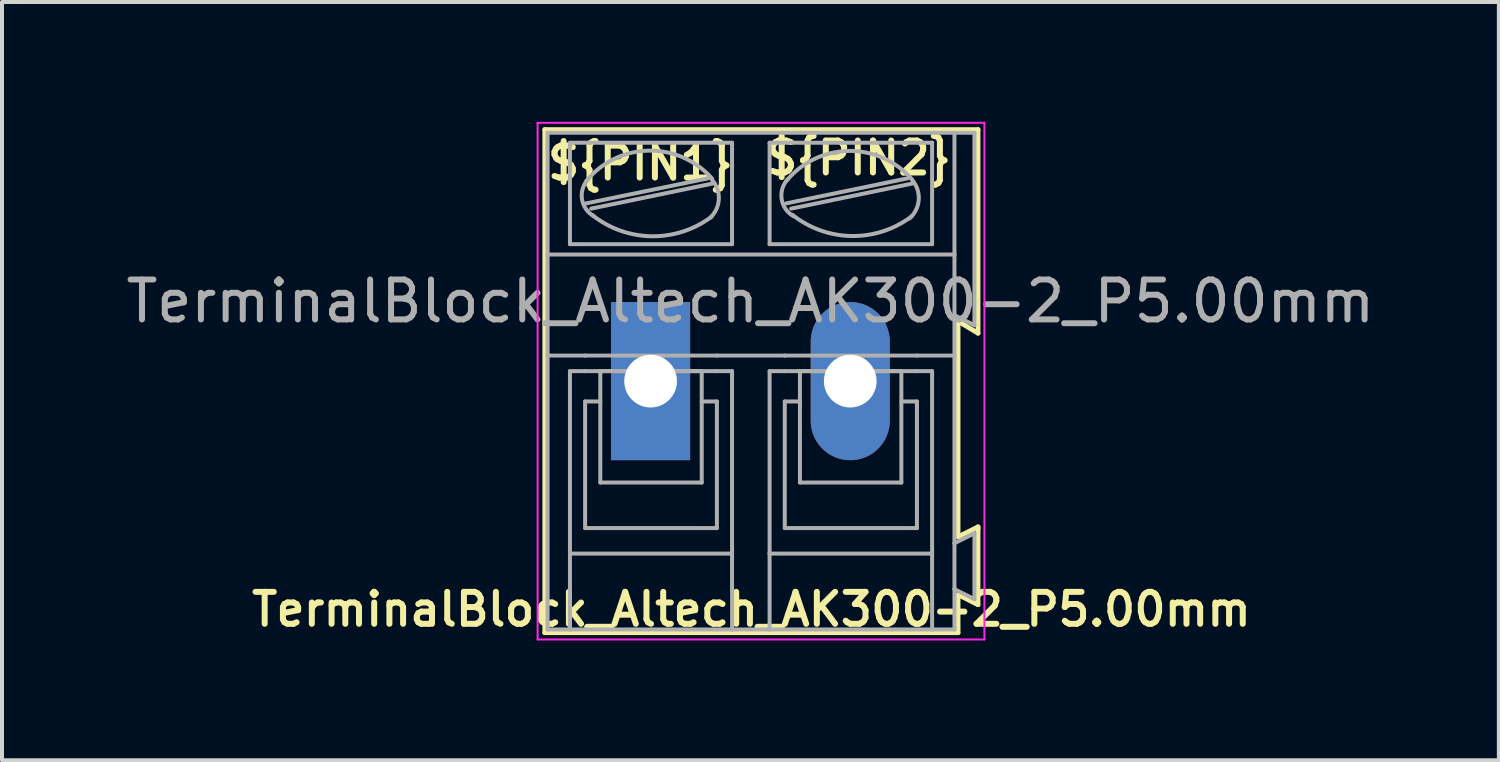
<source format=kicad_pcb>
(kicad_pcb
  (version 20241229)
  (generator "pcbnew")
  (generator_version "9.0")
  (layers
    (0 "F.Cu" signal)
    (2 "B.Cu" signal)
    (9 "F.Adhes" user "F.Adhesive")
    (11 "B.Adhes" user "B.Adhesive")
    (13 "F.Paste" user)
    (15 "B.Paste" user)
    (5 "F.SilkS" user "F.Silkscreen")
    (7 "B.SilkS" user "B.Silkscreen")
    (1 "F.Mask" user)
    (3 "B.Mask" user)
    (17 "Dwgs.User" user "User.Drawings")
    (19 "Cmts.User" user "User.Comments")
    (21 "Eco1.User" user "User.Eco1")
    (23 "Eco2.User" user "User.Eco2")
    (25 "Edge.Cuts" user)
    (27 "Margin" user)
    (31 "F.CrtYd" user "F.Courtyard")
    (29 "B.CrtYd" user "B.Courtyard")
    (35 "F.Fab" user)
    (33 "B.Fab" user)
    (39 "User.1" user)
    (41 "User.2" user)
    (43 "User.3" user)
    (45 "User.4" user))
  (footprint "TerminalBlock_Altech_AK300-2_P5.00mm"
    (layer "F.Cu")
    (at 13.244 6.495)
    (property "Reference" "TerminalBlock_Altech_AK300-2_P5.00mm" (at 2.525 5.715 0) (layer "F.SilkS") (effects (font (size 0.8 0.8) (thickness 0.15))))
    (attr through_hole)
    (fp_line (start -2.65 -6.3) (end -2.65 6.3) (stroke (width 0.12) (type solid)) (layer "F.SilkS"))
    (fp_line (start -2.65 6.3) (end 7.7 6.3) (stroke (width 0.12) (type solid)) (layer "F.SilkS"))
    (fp_line (start 7.7 -1.5) (end 8.2 -1.2) (stroke (width 0.12) (type solid)) (layer "F.SilkS"))
    (fp_line (start 7.7 3.9) (end 7.7 -1.5) (stroke (width 0.12) (type solid)) (layer "F.SilkS"))
    (fp_line (start 7.7 5.35) (end 8.2 5.6) (stroke (width 0.12) (type solid)) (layer "F.SilkS"))
    (fp_line (start 7.7 6.3) (end 7.7 5.35) (stroke (width 0.12) (type solid)) (layer "F.SilkS"))
    (fp_line (start 8.2 -6.3) (end -2.65 -6.3) (stroke (width 0.12) (type solid)) (layer "F.SilkS"))
    (fp_line (start 8.2 -1.2) (end 8.2 -6.3) (stroke (width 0.12) (type solid)) (layer "F.SilkS"))
    (fp_line (start 8.2 3.65) (end 7.7 3.9) (stroke (width 0.12) (type solid)) (layer "F.SilkS"))
    (fp_line (start 8.2 3.7) (end 8.2 3.65) (stroke (width 0.12) (type solid)) (layer "F.SilkS"))
    (fp_line (start 8.2 5.6) (end 8.2 3.7) (stroke (width 0.12) (type solid)) (layer "F.SilkS"))
    (fp_line (start -2.83 -6.47) (end -2.83 6.47) (stroke (width 0.05) (type solid)) (layer "F.CrtYd"))
    (fp_line (start -2.83 -6.47) (end 8.36 -6.47) (stroke (width 0.05) (type solid)) (layer "F.CrtYd"))
    (fp_line (start 8.36 6.47) (end -2.83 6.47) (stroke (width 0.05) (type solid)) (layer "F.CrtYd"))
    (fp_line (start 8.36 6.47) (end 8.36 -6.47) (stroke (width 0.05) (type solid)) (layer "F.CrtYd"))
    (fp_line (start -2.58 -3.17) (end -2.58 -6.22) (stroke (width 0.1) (type solid)) (layer "F.Fab"))
    (fp_line (start -2.58 -3.17) (end 7.61 -3.17) (stroke (width 0.1) (type solid)) (layer "F.Fab"))
    (fp_line (start -2.58 -0.64) (end -2.58 -3.17) (stroke (width 0.1) (type solid)) (layer "F.Fab"))
    (fp_line (start -2.58 -0.64) (end -1.64 -0.64) (stroke (width 0.1) (type solid)) (layer "F.Fab"))
    (fp_line (start -2.58 6.22) (end -2.58 -0.64) (stroke (width 0.1) (type solid)) (layer "F.Fab"))
    (fp_line (start -2.58 6.22) (end -2.02 6.22) (stroke (width 0.1) (type solid)) (layer "F.Fab"))
    (fp_line (start -2.02 -3.43) (end -2.02 -5.97) (stroke (width 0.1) (type solid)) (layer "F.Fab"))
    (fp_line (start -2.02 -0.25) (end -2.02 4.32) (stroke (width 0.1) (type solid)) (layer "F.Fab"))
    (fp_line (start -2.02 -0.25) (end -1.64 -0.25) (stroke (width 0.1) (type solid)) (layer "F.Fab"))
    (fp_line (start -2.02 4.32) (end -2.02 6.22) (stroke (width 0.1) (type solid)) (layer "F.Fab"))
    (fp_line (start -2.02 6.22) (end 2.04 6.22) (stroke (width 0.1) (type solid)) (layer "F.Fab"))
    (fp_line (start -1.64 -0.64) (end 1.66 -0.64) (stroke (width 0.1) (type solid)) (layer "F.Fab"))
    (fp_line (start -1.64 0.51) (end -1.26 0.51) (stroke (width 0.1) (type solid)) (layer "F.Fab"))
    (fp_line (start -1.64 3.68) (end -1.64 0.51) (stroke (width 0.1) (type solid)) (layer "F.Fab"))
    (fp_line (start -1.62 -4.45) (end 1.44 -5.08) (stroke (width 0.1) (type solid)) (layer "F.Fab"))
    (fp_line (start -1.49 -4.32) (end 1.56 -4.95) (stroke (width 0.1) (type solid)) (layer "F.Fab"))
    (fp_line (start -1.26 -0.25) (end 1.28 -0.25) (stroke (width 0.1) (type solid)) (layer "F.Fab"))
    (fp_line (start -1.26 2.54) (end -1.26 -0.25) (stroke (width 0.1) (type solid)) (layer "F.Fab"))
    (fp_line (start -1.26 2.54) (end 1.28 2.54) (stroke (width 0.1) (type solid)) (layer "F.Fab"))
    (fp_line (start 1.28 2.54) (end 1.28 -0.25) (stroke (width 0.1) (type solid)) (layer "F.Fab"))
    (fp_line (start 1.66 -0.64) (end 3.36 -0.64) (stroke (width 0.1) (type solid)) (layer "F.Fab"))
    (fp_line (start 1.66 -0.25) (end -1.64 -0.25) (stroke (width 0.1) (type solid)) (layer "F.Fab"))
    (fp_line (start 1.66 0.51) (end 1.28 0.51) (stroke (width 0.1) (type solid)) (layer "F.Fab"))
    (fp_line (start 1.66 3.68) (end -1.64 3.68) (stroke (width 0.1) (type solid)) (layer "F.Fab"))
    (fp_line (start 1.66 3.68) (end 1.66 0.51) (stroke (width 0.1) (type solid)) (layer "F.Fab"))
    (fp_line (start 2.04 -5.97) (end -2.02 -5.97) (stroke (width 0.1) (type solid)) (layer "F.Fab"))
    (fp_line (start 2.04 -3.43) (end -2.02 -3.43) (stroke (width 0.1) (type solid)) (layer "F.Fab"))
    (fp_line (start 2.04 -3.43) (end 2.04 -5.97) (stroke (width 0.1) (type solid)) (layer "F.Fab"))
    (fp_line (start 2.04 -0.25) (end 1.66 -0.25) (stroke (width 0.1) (type solid)) (layer "F.Fab"))
    (fp_line (start 2.04 4.32) (end -2.02 4.32) (stroke (width 0.1) (type solid)) (layer "F.Fab"))
    (fp_line (start 2.04 4.32) (end 2.04 -0.25) (stroke (width 0.1) (type solid)) (layer "F.Fab"))
    (fp_line (start 2.04 6.22) (end 2.04 4.32) (stroke (width 0.1) (type solid)) (layer "F.Fab"))
    (fp_line (start 2.04 6.22) (end 2.98 6.22) (stroke (width 0.1) (type solid)) (layer "F.Fab"))
    (fp_line (start 2.98 -5.97) (end 7.05 -5.97) (stroke (width 0.1) (type solid)) (layer "F.Fab"))
    (fp_line (start 2.98 -3.43) (end 2.98 -5.97) (stroke (width 0.1) (type solid)) (layer "F.Fab"))
    (fp_line (start 2.98 -0.25) (end 3.36 -0.25) (stroke (width 0.1) (type solid)) (layer "F.Fab"))
    (fp_line (start 2.98 4.32) (end 2.98 -0.25) (stroke (width 0.1) (type solid)) (layer "F.Fab"))
    (fp_line (start 2.98 4.32) (end 7.05 4.32) (stroke (width 0.1) (type solid)) (layer "F.Fab"))
    (fp_line (start 2.98 6.22) (end 2.98 4.32) (stroke (width 0.1) (type solid)) (layer "F.Fab"))
    (fp_line (start 2.98 6.22) (end 7.05 6.22) (stroke (width 0.1) (type solid)) (layer "F.Fab"))
    (fp_line (start 3.36 -0.25) (end 6.67 -0.25) (stroke (width 0.1) (type solid)) (layer "F.Fab"))
    (fp_line (start 3.36 0.51) (end 3.74 0.51) (stroke (width 0.1) (type solid)) (layer "F.Fab"))
    (fp_line (start 3.36 3.68) (end 3.36 0.51) (stroke (width 0.1) (type solid)) (layer "F.Fab"))
    (fp_line (start 3.39 -4.45) (end 6.44 -5.08) (stroke (width 0.1) (type solid)) (layer "F.Fab"))
    (fp_line (start 3.52 -4.32) (end 6.56 -4.95) (stroke (width 0.1) (type solid)) (layer "F.Fab"))
    (fp_line (start 3.74 -0.25) (end 6.28 -0.25) (stroke (width 0.1) (type solid)) (layer "F.Fab"))
    (fp_line (start 3.74 2.54) (end 3.74 -0.25) (stroke (width 0.1) (type solid)) (layer "F.Fab"))
    (fp_line (start 3.74 2.54) (end 6.28 2.54) (stroke (width 0.1) (type solid)) (layer "F.Fab"))
    (fp_line (start 6.28 2.54) (end 6.28 -0.25) (stroke (width 0.1) (type solid)) (layer "F.Fab"))
    (fp_line (start 6.67 -0.64) (end 3.36 -0.64) (stroke (width 0.1) (type solid)) (layer "F.Fab"))
    (fp_line (start 6.67 0.51) (end 6.28 0.51) (stroke (width 0.1) (type solid)) (layer "F.Fab"))
    (fp_line (start 6.67 3.68) (end 3.36 3.68) (stroke (width 0.1) (type solid)) (layer "F.Fab"))
    (fp_line (start 6.67 3.68) (end 6.67 0.51) (stroke (width 0.1) (type solid)) (layer "F.Fab"))
    (fp_line (start 7.05 -5.97) (end 7.05 -3.43) (stroke (width 0.1) (type solid)) (layer "F.Fab"))
    (fp_line (start 7.05 -3.43) (end 2.98 -3.43) (stroke (width 0.1) (type solid)) (layer "F.Fab"))
    (fp_line (start 7.05 -0.25) (end 6.67 -0.25) (stroke (width 0.1) (type solid)) (layer "F.Fab"))
    (fp_line (start 7.05 -0.25) (end 7.05 4.32) (stroke (width 0.1) (type solid)) (layer "F.Fab"))
    (fp_line (start 7.05 4.32) (end 7.05 6.22) (stroke (width 0.1) (type solid)) (layer "F.Fab"))
    (fp_line (start 7.05 6.22) (end 7.61 6.22) (stroke (width 0.1) (type solid)) (layer "F.Fab"))
    (fp_line (start 7.61 -6.22) (end -2.58 -6.22) (stroke (width 0.1) (type solid)) (layer "F.Fab"))
    (fp_line (start 7.61 -6.22) (end 7.61 -3.17) (stroke (width 0.1) (type solid)) (layer "F.Fab"))
    (fp_line (start 7.61 -6.22) (end 8.11 -6.22) (stroke (width 0.1) (type solid)) (layer "F.Fab"))
    (fp_line (start 7.61 -3.17) (end 7.61 -1.65) (stroke (width 0.1) (type solid)) (layer "F.Fab"))
    (fp_line (start 7.61 -1.65) (end 7.61 -0.64) (stroke (width 0.1) (type solid)) (layer "F.Fab"))
    (fp_line (start 7.61 -0.64) (end 6.67 -0.64) (stroke (width 0.1) (type solid)) (layer "F.Fab"))
    (fp_line (start 7.61 -0.64) (end 7.61 4.06) (stroke (width 0.1) (type solid)) (layer "F.Fab"))
    (fp_line (start 7.61 4.06) (end 7.61 5.21) (stroke (width 0.1) (type solid)) (layer "F.Fab"))
    (fp_line (start 7.61 5.21) (end 7.61 6.22) (stroke (width 0.1) (type solid)) (layer "F.Fab"))
    (fp_line (start 8.11 -6.22) (end 8.11 -1.4) (stroke (width 0.1) (type solid)) (layer "F.Fab"))
    (fp_line (start 8.11 -1.4) (end 7.61 -1.65) (stroke (width 0.1) (type solid)) (layer "F.Fab"))
    (fp_line (start 8.11 3.81) (end 7.61 4.06) (stroke (width 0.1) (type solid)) (layer "F.Fab"))
    (fp_line (start 8.11 3.81) (end 8.11 5.46) (stroke (width 0.1) (type solid)) (layer "F.Fab"))
    (fp_line (start 8.11 5.46) (end 7.61 5.21) (stroke (width 0.1) (type solid)) (layer "F.Fab"))
    (fp_arc (start -1.62 -5) (mid -0.05669 -5.772528) (end 1.539976 -5.071534) (stroke (width 0.1) (type solid)) (layer "F.Fab"))
    (fp_arc (start -1.42 -4.13) (mid -1.718466 -4.559406) (end -1.562972 -5.058699) (stroke (width 0.1) (type solid)) (layer "F.Fab"))
    (fp_arc (start 1.53 -5.05) (mid 1.708693 -4.558754) (end 1.485619 -4.086005) (stroke (width 0.1) (type solid)) (layer "F.Fab"))
    (fp_arc (start 1.53 -4.12) (mid 0.02849 -3.628196) (end -1.459829 -4.158582) (stroke (width 0.1) (type solid)) (layer "F.Fab"))
    (fp_arc (start 3.39 -5) (mid 4.949737 -5.764867) (end 6.538239 -5.061686) (stroke (width 0.1) (type solid)) (layer "F.Fab"))
    (fp_arc (start 3.58 -4.13) (mid 3.281534 -4.559406) (end 3.437028 -5.058699) (stroke (width 0.1) (type solid)) (layer "F.Fab"))
    (fp_arc (start 6.53 -4.12) (mid 5.030583 -3.634318) (end 3.547667 -4.168263) (stroke (width 0.1) (type solid)) (layer "F.Fab"))
    (fp_arc (start 6.54 -5.05) (mid 6.715733 -4.551652) (end 6.485532 -4.076005) (stroke (width 0.1) (type solid)) (layer "F.Fab"))
    (fp_text user "${PIN1}" (at -0.254 -5.461 0) (layer "F.SilkS") (effects (font (size 0.8 0.8) (thickness 0.15))))
    (fp_text user "${PIN2}" (at 5.207 -5.588 0) (layer "F.SilkS") (effects (font (size 0.8 0.8) (thickness 0.15))))
    (fp_text user "${REFERENCE}" (at 2.5 -2 0) (layer "F.Fab") (effects (font (size 1 1) (thickness 0.15))))
    (pad "1" thru_hole rect (at 0 0) (size 1.98 3.96) (drill 1.32) (layers "*.Cu" "*.Mask"))
    (pad "2" thru_hole oval (at 5 0) (size 1.98 3.96) (drill 1.32) (layers "*.Cu" "*.Mask")))
  (gr_rect
    (start -3 -3)
    (end 34.488 15.99)
    (stroke (width 0.1) (type default))
    (fill no)
    (layer "Edge.Cuts")))
</source>
